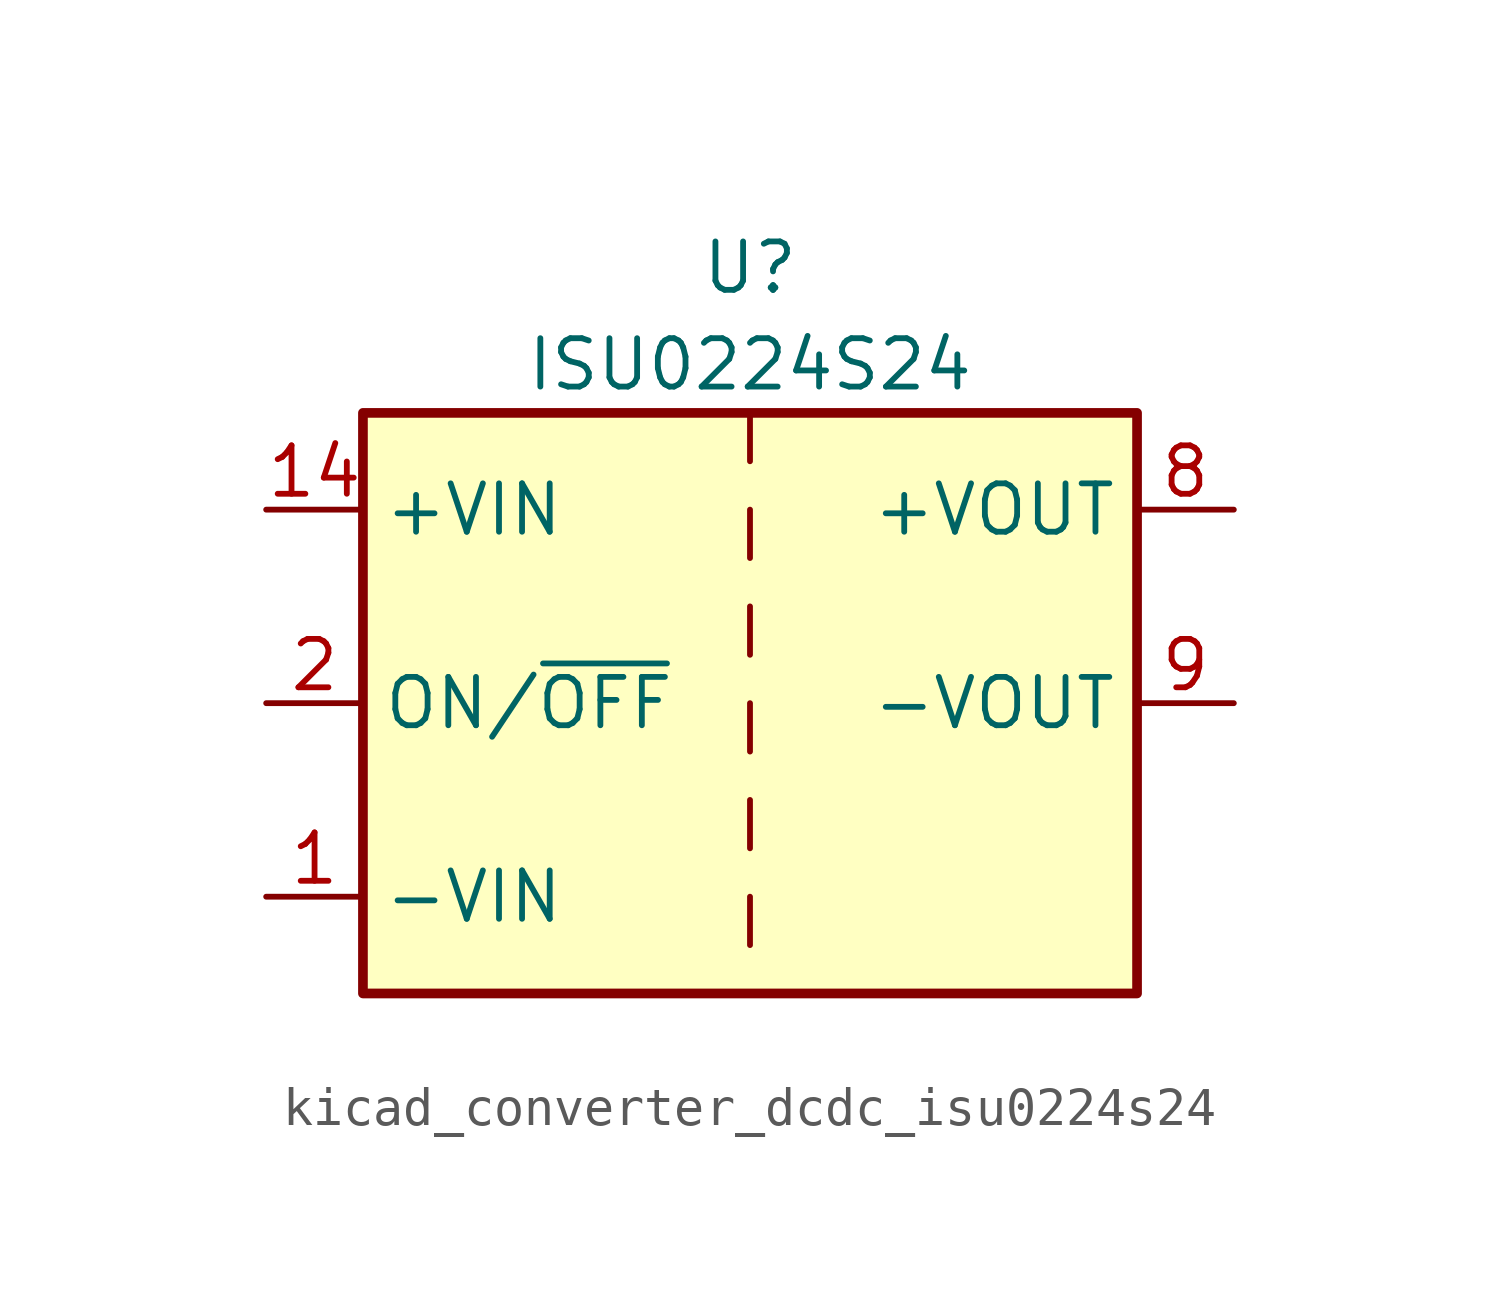
<source format=kicad_sym>
(kicad_symbol_lib
  (version 20220914)
  (generator kicad_symbol_editor)
  (symbol "kicad_converter_dcdc_isu0224s24"
    (property "Reference" "U"
      (at 0 11.43 0)
      (effects (font (size 1.27 1.27))))
    (property "Value" "ISU0224S24"
      (at 0 8.89 0)
      (effects (font (size 1.27 1.27))))
    (symbol "kicad_converter_dcdc_isu0224s24_0_1"
      (rectangle (start -10.16 7.62) (end 10.16 -7.62) (stroke (width 0.254) (type default)) (fill (type background)))
      (polyline (pts (xy 0 -5.08) (xy 0 -6.35)) (stroke (width 0) (type default)) (fill (type none)))
      (polyline (pts (xy 0 -2.54) (xy 0 -3.81)) (stroke (width 0) (type default)) (fill (type none)))
      (polyline (pts (xy 0 0) (xy 0 -1.27)) (stroke (width 0) (type default)) (fill (type none)))
      (polyline (pts (xy 0 2.54) (xy 0 1.27)) (stroke (width 0) (type default)) (fill (type none)))
      (polyline (pts (xy 0 5.08) (xy 0 3.81)) (stroke (width 0) (type default)) (fill (type none)))
      (polyline (pts (xy 0 7.62) (xy 0 6.35)) (stroke (width 0) (type default)) (fill (type none))))
    (symbol "kicad_converter_dcdc_isu0224s24_1_1"
      (pin power_in line (at -12.7 -5.08 0) (length 2.54) (name "-VIN" (effects (font (size 1.27 1.27)))) (number "1" (effects (font (size 1.27 1.27)))))
      (pin power_in line (at -12.7 5.08 0) (length 2.54) (name "+VIN" (effects (font (size 1.27 1.27)))) (number "14" (effects (font (size 1.27 1.27)))))
      (pin input line (at -12.7 0 0) (length 2.54) (name "ON/~{OFF}" (effects (font (size 1.27 1.27)))) (number "2" (effects (font (size 1.27 1.27)))))
      (pin no_connect line (at 10.16 -2.54 180) (length 2.54) hide (name "NC" (effects (font (size 1.27 1.27)))) (number "6" (effects (font (size 1.27 1.27)))))
      (pin no_connect line (at 10.16 -5.08 180) (length 2.54) hide (name "NC" (effects (font (size 1.27 1.27)))) (number "7" (effects (font (size 1.27 1.27)))))
      (pin power_out line (at 12.7 5.08 180) (length 2.54) (name "+VOUT" (effects (font (size 1.27 1.27)))) (number "8" (effects (font (size 1.27 1.27)))))
      (pin power_out line (at 12.7 0 180) (length 2.54) (name "-VOUT" (effects (font (size 1.27 1.27)))) (number "9" (effects (font (size 1.27 1.27))))))))
</source>
